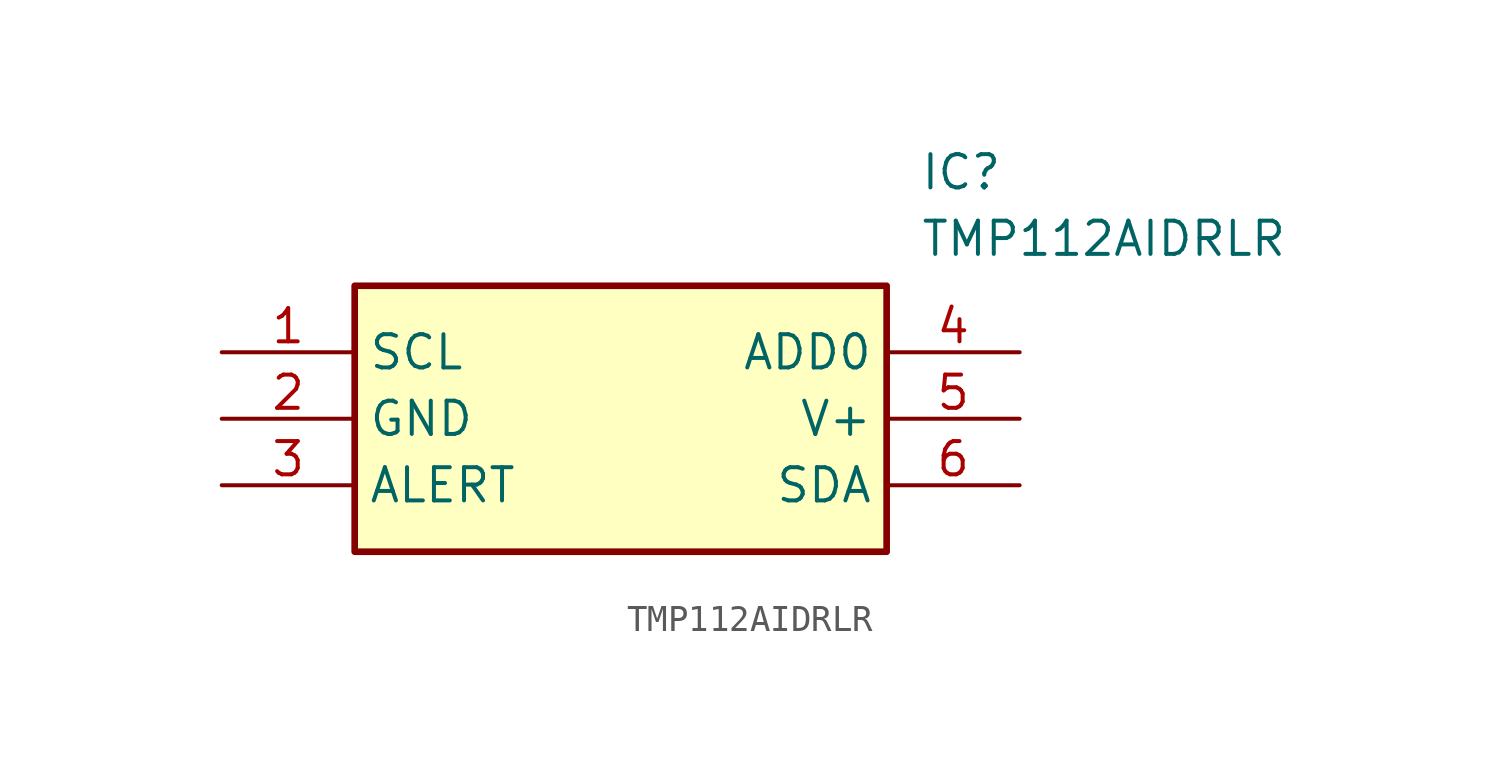
<source format=kicad_sym>
(kicad_symbol_lib
  (version 20211014)
  (generator SamacSys_ECAD_Model)
  (symbol "TMP112AIDRLR"
    (property "Reference" "IC"
      (at 26.67 7.62 0)
      (effects (font (size 1.27 1.27)) (justify left top)))
    (property "Value" "TMP112AIDRLR"
      (at 26.67 5.08 0)
      (effects (font (size 1.27 1.27)) (justify left top)))
    (rectangle
      (start 5.08 2.54)
      (end 25.4 -7.62)
      (stroke (width 0.254) (type default))
      (fill (type background)))
    (pin passive line
      (at 0 0 0)
      (length 5.08)
      (name "SCL" (effects (font (size 1.27 1.27))))
      (number "1" (effects (font (size 1.27 1.27)))))
    (pin passive line
      (at 0 -2.54 0)
      (length 5.08)
      (name "GND" (effects (font (size 1.27 1.27))))
      (number "2" (effects (font (size 1.27 1.27)))))
    (pin passive line
      (at 0 -5.08 0)
      (length 5.08)
      (name "ALERT" (effects (font (size 1.27 1.27))))
      (number "3" (effects (font (size 1.27 1.27)))))
    (pin passive line
      (at 30.48 0 180)
      (length 5.08)
      (name "ADD0" (effects (font (size 1.27 1.27))))
      (number "4" (effects (font (size 1.27 1.27)))))
    (pin passive line
      (at 30.48 -2.54 180)
      (length 5.08)
      (name "V+" (effects (font (size 1.27 1.27))))
      (number "5" (effects (font (size 1.27 1.27)))))
    (pin passive line
      (at 30.48 -5.08 180)
      (length 5.08)
      (name "SDA" (effects (font (size 1.27 1.27))))
      (number "6" (effects (font (size 1.27 1.27)))))))
</source>
